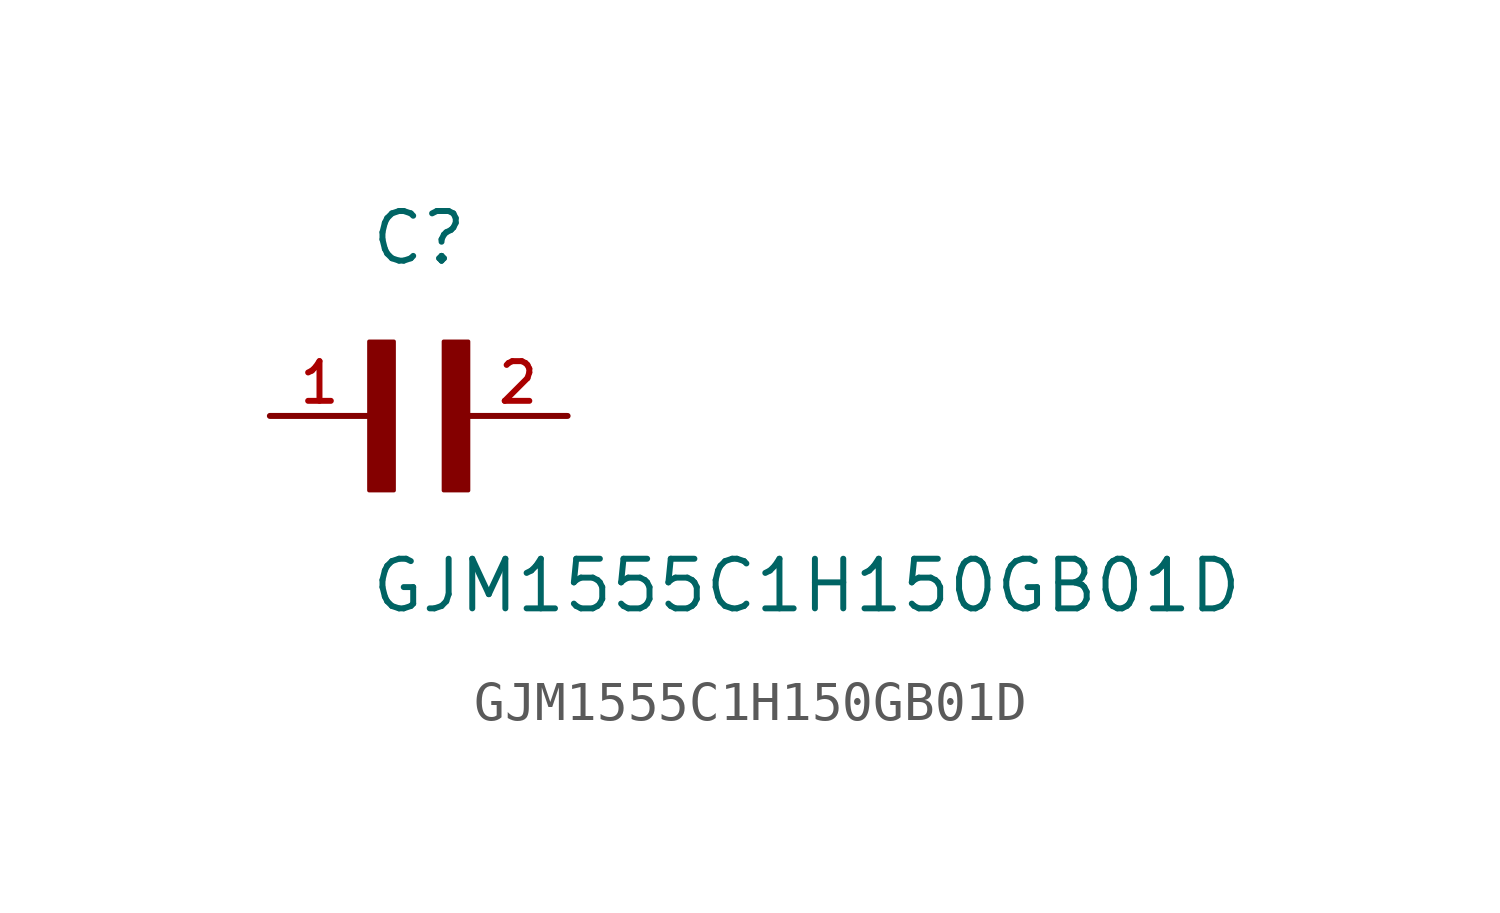
<source format=kicad_sym>
(kicad_symbol_lib
  (version 20211014)
  (generator kicad_symbol_editor)
  (symbol "GJM1555C1H150GB01D"
    (pin_names
      (offset 1.016))
    (property "Reference" "C"
      (at 0.0 3.811 0)
      (effects (font (size 1.27 1.27)) (justify bottom left)))
    (property "Value" "GJM1555C1H150GB01D"
      (at 0.0 -5.088 0)
      (effects (font (size 1.27 1.27)) (justify bottom left)))
    (symbol "GJM1555C1H150GB01D_0_0"
      (rectangle (start 0.0 -1.907) (end 0.635 1.905) (stroke (width 0.1)) (fill (type outline)))
      (rectangle (start 1.907 -1.907) (end 2.54 1.905) (stroke (width 0.1)) (fill (type outline)))
      (pin passive line (at 5.08 0.0 180.0) (length 2.54) (name "~" (effects (font (size 1.016 1.016)))) (number "2" (effects (font (size 1.016 1.016)))))
      (pin passive line (at -2.54 0.0 0) (length 2.54) (name "~" (effects (font (size 1.016 1.016)))) (number "1" (effects (font (size 1.016 1.016))))))))
</source>
